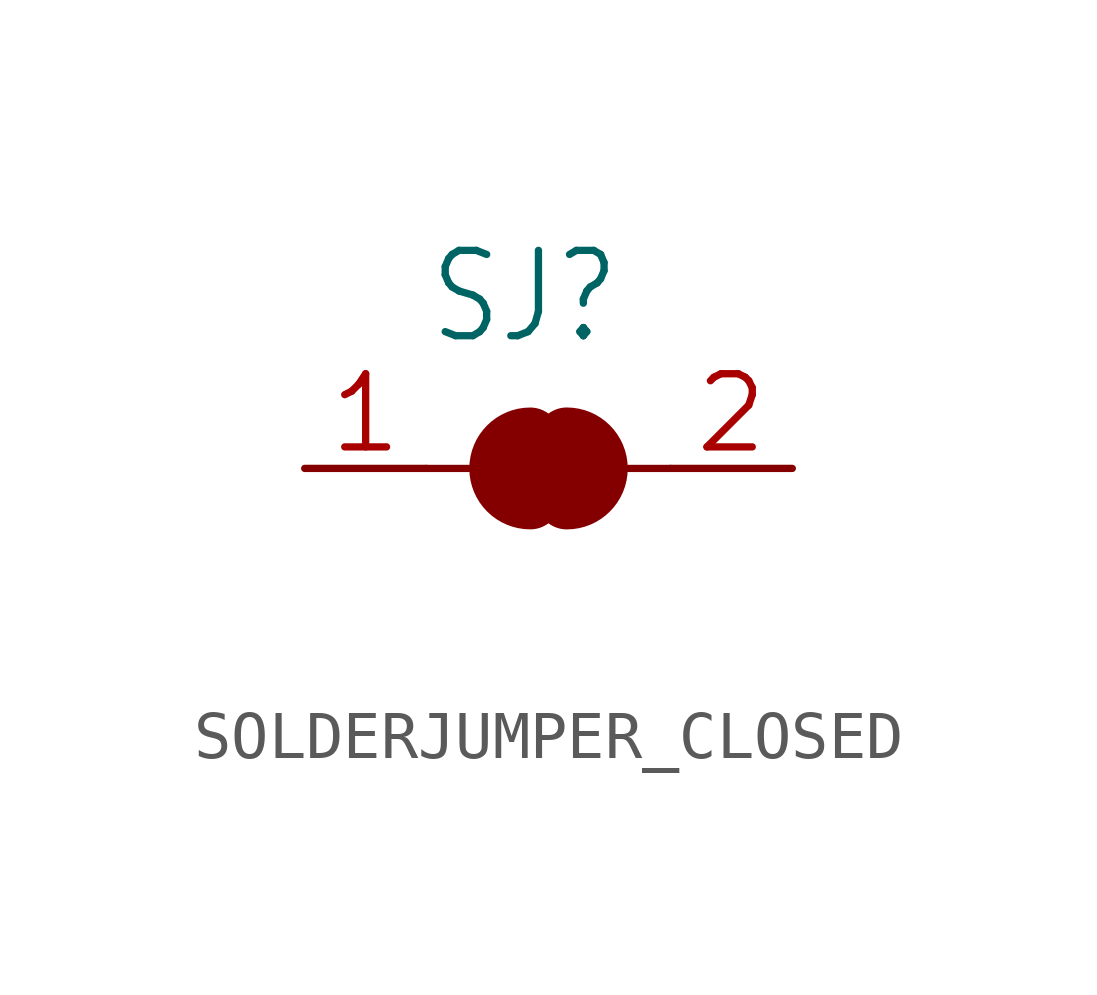
<source format=kicad_sym>
(kicad_symbol_lib
  (version 20241209)
  (generator "kicad_symbol_editor")
  (generator_version "9.0")
  (symbol "SOLDERJUMPER_CLOSED"
    (property "Reference" "SJ"
      (at -2.54 2.54 0)
      (effects (font (size 1.778 1.511)) (justify left bottom)))
    (property "Value" ""
      (at -2.54 -3.81 0)
      (effects (font (size 1.778 1.511)) (justify left bottom)))
    (property "ki_locked" ""
      (at 0 0 0)
      (effects (font (size 1.27 1.27))))
    (symbol "SOLDERJUMPER_CLOSED_1_0"
      (polyline (pts (xy -2.54 0) (xy -1.651 0)) (stroke (width 0.152) (type solid)) (fill (type none)))
      (polyline (pts (xy -0.635 0) (xy 0.635 0)) (stroke (width 0.406) (type solid)) (fill (type none)))
      (arc (start -0.381 -0.635) (mid -1.0159 0.0001) (end -0.3808 0.635) (stroke (width 1.27) (type solid)) (fill (type none)))
      (arc (start 0.381 0.635) (mid 1.0159 -0.0001) (end 0.3808 -0.635) (stroke (width 1.27) (type solid)) (fill (type none)))
      (polyline (pts (xy 2.54 0) (xy 1.651 0)) (stroke (width 0.152) (type solid)) (fill (type none)))
      (pin passive line (at -5.08 0 0) (length 2.54) (name "1" (effects (font (size 0 0)))) (number "1" (effects (font (size 1.524 1.524)))))
      (pin passive line (at 5.08 0 180) (length 2.54) (name "2" (effects (font (size 0 0)))) (number "2" (effects (font (size 1.524 1.524))))))))
</source>
